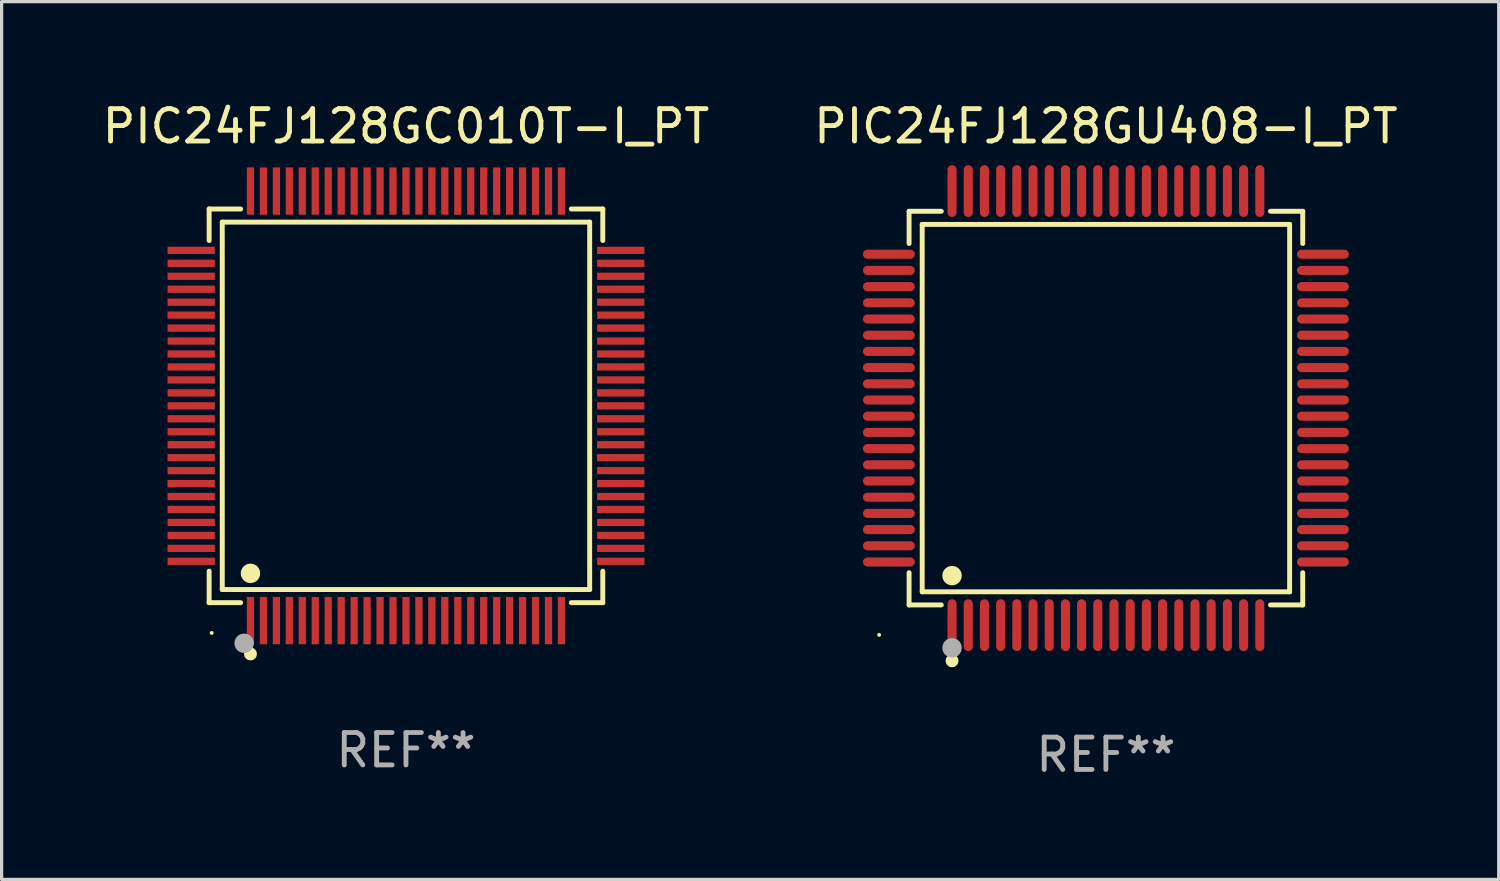
<source format=kicad_pcb>
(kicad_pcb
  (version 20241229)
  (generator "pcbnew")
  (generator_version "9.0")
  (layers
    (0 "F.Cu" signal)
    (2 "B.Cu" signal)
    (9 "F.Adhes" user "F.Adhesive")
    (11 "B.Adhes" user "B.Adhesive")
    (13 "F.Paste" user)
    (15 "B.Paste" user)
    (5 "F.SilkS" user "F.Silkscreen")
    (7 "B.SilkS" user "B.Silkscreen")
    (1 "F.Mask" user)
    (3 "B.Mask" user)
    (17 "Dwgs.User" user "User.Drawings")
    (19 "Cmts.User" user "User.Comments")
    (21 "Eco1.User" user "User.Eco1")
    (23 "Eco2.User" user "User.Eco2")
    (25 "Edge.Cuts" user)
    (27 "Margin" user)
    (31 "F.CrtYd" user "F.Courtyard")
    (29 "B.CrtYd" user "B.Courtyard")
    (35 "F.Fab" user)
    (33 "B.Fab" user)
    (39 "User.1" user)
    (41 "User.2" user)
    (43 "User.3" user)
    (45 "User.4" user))
  (footprint "PIC24FJ128GU408-I_PT"
    (layer "F.Cu")
    (at 31.089 9.548)
    (property "Reference" "PIC24FJ128GU408-I_PT" (at 0 -8.7 0) (layer "F.SilkS") (effects (font (size 1 1) (thickness 0.15))))
    (attr through_hole)
    (fp_line (start -6.076 -6.076) (end -5.081 -6.076) (stroke (width 0.152) (type solid)) (layer "F.SilkS"))
    (fp_line (start -6.076 -5.081) (end -6.076 -6.076) (stroke (width 0.152) (type solid)) (layer "F.SilkS"))
    (fp_line (start -6.076 5.081) (end -6.076 6.076) (stroke (width 0.152) (type solid)) (layer "F.SilkS"))
    (fp_line (start -6.076 6.076) (end -5.081 6.076) (stroke (width 0.152) (type solid)) (layer "F.SilkS"))
    (fp_line (start -5.671 -5.671) (end 5.671 -5.671) (stroke (width 0.152) (type solid)) (layer "F.SilkS"))
    (fp_line (start -5.671 5.671) (end -5.671 -5.671) (stroke (width 0.152) (type solid)) (layer "F.SilkS"))
    (fp_line (start 5.671 -5.671) (end 5.671 5.671) (stroke (width 0.152) (type solid)) (layer "F.SilkS"))
    (fp_line (start 5.671 5.671) (end -5.671 5.671) (stroke (width 0.152) (type solid)) (layer "F.SilkS"))
    (fp_line (start 6.076 -6.076) (end 5.081 -6.076) (stroke (width 0.152) (type solid)) (layer "F.SilkS"))
    (fp_line (start 6.076 -5.081) (end 6.076 -6.076) (stroke (width 0.152) (type solid)) (layer "F.SilkS"))
    (fp_line (start 6.076 5.081) (end 6.076 6.076) (stroke (width 0.152) (type solid)) (layer "F.SilkS"))
    (fp_line (start 6.076 6.076) (end 5.081 6.076) (stroke (width 0.152) (type solid)) (layer "F.SilkS"))
    (fp_circle (center -7 7) (end -6.97 7) (stroke (width 0.06) (type solid)) (fill no) (layer "F.SilkS"))
    (fp_circle (center -4.75 5.171) (end -4.6 5.171) (stroke (width 0.3) (type solid)) (fill no) (layer "F.SilkS"))
    (fp_circle (center -4.75 7.8) (end -4.65 7.8) (stroke (width 0.2) (type solid)) (fill no) (layer "F.SilkS"))
    (fp_circle (center -4.75 7.4) (end -4.6 7.4) (stroke (width 0.3) (type solid)) (fill no) (layer "F.Fab"))
    (fp_text user "REF**" (at 0 10.7 0) (layer "F.Fab") (effects (font (size 1 1) (thickness 0.15))))
    (pad "1" smd oval (at -4.75 6.7) (size 0.28 1.6) (layers "F.Cu" "F.Mask" "F.Paste"))
    (pad "2" smd oval (at -4.25 6.7) (size 0.28 1.6) (layers "F.Cu" "F.Mask" "F.Paste"))
    (pad "3" smd oval (at -3.75 6.7) (size 0.28 1.6) (layers "F.Cu" "F.Mask" "F.Paste"))
    (pad "4" smd oval (at -3.25 6.7) (size 0.28 1.6) (layers "F.Cu" "F.Mask" "F.Paste"))
    (pad "5" smd oval (at -2.75 6.7) (size 0.28 1.6) (layers "F.Cu" "F.Mask" "F.Paste"))
    (pad "6" smd oval (at -2.25 6.7) (size 0.28 1.6) (layers "F.Cu" "F.Mask" "F.Paste"))
    (pad "7" smd oval (at -1.75 6.7) (size 0.28 1.6) (layers "F.Cu" "F.Mask" "F.Paste"))
    (pad "8" smd oval (at -1.25 6.7) (size 0.28 1.6) (layers "F.Cu" "F.Mask" "F.Paste"))
    (pad "9" smd oval (at -0.75 6.7) (size 0.28 1.6) (layers "F.Cu" "F.Mask" "F.Paste"))
    (pad "10" smd oval (at -0.25 6.7) (size 0.28 1.6) (layers "F.Cu" "F.Mask" "F.Paste"))
    (pad "11" smd oval (at 0.25 6.7) (size 0.28 1.6) (layers "F.Cu" "F.Mask" "F.Paste"))
    (pad "12" smd oval (at 0.75 6.7) (size 0.28 1.6) (layers "F.Cu" "F.Mask" "F.Paste"))
    (pad "13" smd oval (at 1.25 6.7) (size 0.28 1.6) (layers "F.Cu" "F.Mask" "F.Paste"))
    (pad "14" smd oval (at 1.75 6.7) (size 0.28 1.6) (layers "F.Cu" "F.Mask" "F.Paste"))
    (pad "15" smd oval (at 2.25 6.7) (size 0.28 1.6) (layers "F.Cu" "F.Mask" "F.Paste"))
    (pad "16" smd oval (at 2.75 6.7) (size 0.28 1.6) (layers "F.Cu" "F.Mask" "F.Paste"))
    (pad "17" smd oval (at 3.25 6.7) (size 0.28 1.6) (layers "F.Cu" "F.Mask" "F.Paste"))
    (pad "18" smd oval (at 3.75 6.7) (size 0.28 1.6) (layers "F.Cu" "F.Mask" "F.Paste"))
    (pad "19" smd oval (at 4.25 6.7) (size 0.28 1.6) (layers "F.Cu" "F.Mask" "F.Paste"))
    (pad "20" smd oval (at 4.75 6.7) (size 0.28 1.6) (layers "F.Cu" "F.Mask" "F.Paste"))
    (pad "21" smd oval (at 6.7 4.75) (size 1.6 0.28) (layers "F.Cu" "F.Mask" "F.Paste"))
    (pad "22" smd oval (at 6.7 4.25) (size 1.6 0.28) (layers "F.Cu" "F.Mask" "F.Paste"))
    (pad "23" smd oval (at 6.7 3.75) (size 1.6 0.28) (layers "F.Cu" "F.Mask" "F.Paste"))
    (pad "24" smd oval (at 6.7 3.25) (size 1.6 0.28) (layers "F.Cu" "F.Mask" "F.Paste"))
    (pad "25" smd oval (at 6.7 2.75) (size 1.6 0.28) (layers "F.Cu" "F.Mask" "F.Paste"))
    (pad "26" smd oval (at 6.7 2.25) (size 1.6 0.28) (layers "F.Cu" "F.Mask" "F.Paste"))
    (pad "27" smd oval (at 6.7 1.75) (size 1.6 0.28) (layers "F.Cu" "F.Mask" "F.Paste"))
    (pad "28" smd oval (at 6.7 1.25) (size 1.6 0.28) (layers "F.Cu" "F.Mask" "F.Paste"))
    (pad "29" smd oval (at 6.7 0.75) (size 1.6 0.28) (layers "F.Cu" "F.Mask" "F.Paste"))
    (pad "30" smd oval (at 6.7 0.25) (size 1.6 0.28) (layers "F.Cu" "F.Mask" "F.Paste"))
    (pad "31" smd oval (at 6.7 -0.25) (size 1.6 0.28) (layers "F.Cu" "F.Mask" "F.Paste"))
    (pad "32" smd oval (at 6.7 -0.75) (size 1.6 0.28) (layers "F.Cu" "F.Mask" "F.Paste"))
    (pad "33" smd oval (at 6.7 -1.25) (size 1.6 0.28) (layers "F.Cu" "F.Mask" "F.Paste"))
    (pad "34" smd oval (at 6.7 -1.75) (size 1.6 0.28) (layers "F.Cu" "F.Mask" "F.Paste"))
    (pad "35" smd oval (at 6.7 -2.25) (size 1.6 0.28) (layers "F.Cu" "F.Mask" "F.Paste"))
    (pad "36" smd oval (at 6.7 -2.75) (size 1.6 0.28) (layers "F.Cu" "F.Mask" "F.Paste"))
    (pad "37" smd oval (at 6.7 -3.25) (size 1.6 0.28) (layers "F.Cu" "F.Mask" "F.Paste"))
    (pad "38" smd oval (at 6.7 -3.75) (size 1.6 0.28) (layers "F.Cu" "F.Mask" "F.Paste"))
    (pad "39" smd oval (at 6.7 -4.25) (size 1.6 0.28) (layers "F.Cu" "F.Mask" "F.Paste"))
    (pad "40" smd oval (at 6.7 -4.75) (size 1.6 0.28) (layers "F.Cu" "F.Mask" "F.Paste"))
    (pad "41" smd oval (at 4.75 -6.7) (size 0.28 1.6) (layers "F.Cu" "F.Mask" "F.Paste"))
    (pad "42" smd oval (at 4.25 -6.7) (size 0.28 1.6) (layers "F.Cu" "F.Mask" "F.Paste"))
    (pad "43" smd oval (at 3.75 -6.7) (size 0.28 1.6) (layers "F.Cu" "F.Mask" "F.Paste"))
    (pad "44" smd oval (at 3.25 -6.7) (size 0.28 1.6) (layers "F.Cu" "F.Mask" "F.Paste"))
    (pad "45" smd oval (at 2.75 -6.7) (size 0.28 1.6) (layers "F.Cu" "F.Mask" "F.Paste"))
    (pad "46" smd oval (at 2.25 -6.7) (size 0.28 1.6) (layers "F.Cu" "F.Mask" "F.Paste"))
    (pad "47" smd oval (at 1.75 -6.7) (size 0.28 1.6) (layers "F.Cu" "F.Mask" "F.Paste"))
    (pad "48" smd oval (at 1.25 -6.7) (size 0.28 1.6) (layers "F.Cu" "F.Mask" "F.Paste"))
    (pad "49" smd oval (at 0.75 -6.7) (size 0.28 1.6) (layers "F.Cu" "F.Mask" "F.Paste"))
    (pad "50" smd oval (at 0.25 -6.7) (size 0.28 1.6) (layers "F.Cu" "F.Mask" "F.Paste"))
    (pad "51" smd oval (at -0.25 -6.7) (size 0.28 1.6) (layers "F.Cu" "F.Mask" "F.Paste"))
    (pad "52" smd oval (at -0.75 -6.7) (size 0.28 1.6) (layers "F.Cu" "F.Mask" "F.Paste"))
    (pad "53" smd oval (at -1.25 -6.7) (size 0.28 1.6) (layers "F.Cu" "F.Mask" "F.Paste"))
    (pad "54" smd oval (at -1.75 -6.7) (size 0.28 1.6) (layers "F.Cu" "F.Mask" "F.Paste"))
    (pad "55" smd oval (at -2.25 -6.7) (size 0.28 1.6) (layers "F.Cu" "F.Mask" "F.Paste"))
    (pad "56" smd oval (at -2.75 -6.7) (size 0.28 1.6) (layers "F.Cu" "F.Mask" "F.Paste"))
    (pad "57" smd oval (at -3.25 -6.7) (size 0.28 1.6) (layers "F.Cu" "F.Mask" "F.Paste"))
    (pad "58" smd oval (at -3.75 -6.7) (size 0.28 1.6) (layers "F.Cu" "F.Mask" "F.Paste"))
    (pad "59" smd oval (at -4.25 -6.7) (size 0.28 1.6) (layers "F.Cu" "F.Mask" "F.Paste"))
    (pad "60" smd oval (at -4.75 -6.7) (size 0.28 1.6) (layers "F.Cu" "F.Mask" "F.Paste"))
    (pad "61" smd oval (at -6.7 -4.75) (size 1.6 0.28) (layers "F.Cu" "F.Mask" "F.Paste"))
    (pad "62" smd oval (at -6.7 -4.25) (size 1.6 0.28) (layers "F.Cu" "F.Mask" "F.Paste"))
    (pad "63" smd oval (at -6.7 -3.75) (size 1.6 0.28) (layers "F.Cu" "F.Mask" "F.Paste"))
    (pad "64" smd oval (at -6.7 -3.25) (size 1.6 0.28) (layers "F.Cu" "F.Mask" "F.Paste"))
    (pad "65" smd oval (at -6.7 -2.75) (size 1.6 0.28) (layers "F.Cu" "F.Mask" "F.Paste"))
    (pad "66" smd oval (at -6.7 -2.25) (size 1.6 0.28) (layers "F.Cu" "F.Mask" "F.Paste"))
    (pad "67" smd oval (at -6.7 -1.75) (size 1.6 0.28) (layers "F.Cu" "F.Mask" "F.Paste"))
    (pad "68" smd oval (at -6.7 -1.25) (size 1.6 0.28) (layers "F.Cu" "F.Mask" "F.Paste"))
    (pad "69" smd oval (at -6.7 -0.75) (size 1.6 0.28) (layers "F.Cu" "F.Mask" "F.Paste"))
    (pad "70" smd oval (at -6.7 -0.25) (size 1.6 0.28) (layers "F.Cu" "F.Mask" "F.Paste"))
    (pad "71" smd oval (at -6.7 0.25) (size 1.6 0.28) (layers "F.Cu" "F.Mask" "F.Paste"))
    (pad "72" smd oval (at -6.7 0.75) (size 1.6 0.28) (layers "F.Cu" "F.Mask" "F.Paste"))
    (pad "73" smd oval (at -6.7 1.25) (size 1.6 0.28) (layers "F.Cu" "F.Mask" "F.Paste"))
    (pad "74" smd oval (at -6.7 1.75) (size 1.6 0.28) (layers "F.Cu" "F.Mask" "F.Paste"))
    (pad "75" smd oval (at -6.7 2.25) (size 1.6 0.28) (layers "F.Cu" "F.Mask" "F.Paste"))
    (pad "76" smd oval (at -6.7 2.75) (size 1.6 0.28) (layers "F.Cu" "F.Mask" "F.Paste"))
    (pad "77" smd oval (at -6.7 3.25) (size 1.6 0.28) (layers "F.Cu" "F.Mask" "F.Paste"))
    (pad "78" smd oval (at -6.7 3.75) (size 1.6 0.28) (layers "F.Cu" "F.Mask" "F.Paste"))
    (pad "79" smd oval (at -6.7 4.25) (size 1.6 0.28) (layers "F.Cu" "F.Mask" "F.Paste"))
    (pad "80" smd oval (at -6.7 4.75) (size 1.6 0.28) (layers "F.Cu" "F.Mask" "F.Paste")))
  (footprint "PIC24FJ128GC010T-I_PT"
    (layer "F.Cu")
    (at 9.482 9.478)
    (property "Reference" "PIC24FJ128GC010T-I_PT" (at 0 -8.63 0) (layer "F.SilkS") (effects (font (size 1 1) (thickness 0.15))))
    (attr through_hole)
    (fp_line (start -6.076 -6.076) (end -5.103 -6.076) (stroke (width 0.152) (type solid)) (layer "F.SilkS"))
    (fp_line (start -6.076 -5.103) (end -6.076 -6.076) (stroke (width 0.152) (type solid)) (layer "F.SilkS"))
    (fp_line (start -6.076 5.103) (end -6.076 6.076) (stroke (width 0.152) (type solid)) (layer "F.SilkS"))
    (fp_line (start -6.076 6.076) (end -5.103 6.076) (stroke (width 0.152) (type solid)) (layer "F.SilkS"))
    (fp_line (start -5.671 -5.671) (end 5.671 -5.671) (stroke (width 0.152) (type solid)) (layer "F.SilkS"))
    (fp_line (start -5.671 5.671) (end -5.671 -5.671) (stroke (width 0.152) (type solid)) (layer "F.SilkS"))
    (fp_line (start 5.671 -5.671) (end 5.671 5.671) (stroke (width 0.152) (type solid)) (layer "F.SilkS"))
    (fp_line (start 5.671 5.671) (end -5.671 5.671) (stroke (width 0.152) (type solid)) (layer "F.SilkS"))
    (fp_line (start 6.076 -6.076) (end 5.103 -6.076) (stroke (width 0.152) (type solid)) (layer "F.SilkS"))
    (fp_line (start 6.076 -5.103) (end 6.076 -6.076) (stroke (width 0.152) (type solid)) (layer "F.SilkS"))
    (fp_line (start 6.076 5.103) (end 6.076 6.076) (stroke (width 0.152) (type solid)) (layer "F.SilkS"))
    (fp_line (start 6.076 6.076) (end 5.103 6.076) (stroke (width 0.152) (type solid)) (layer "F.SilkS"))
    (fp_circle (center -5.997 7.01) (end -5.967 7.01) (stroke (width 0.06) (type solid)) (fill no) (layer "F.SilkS"))
    (fp_circle (center -4.8 5.171) (end -4.65 5.171) (stroke (width 0.3) (type solid)) (fill no) (layer "F.SilkS"))
    (fp_circle (center -4.8 7.66) (end -4.7 7.66) (stroke (width 0.2) (type solid)) (fill no) (layer "F.SilkS"))
    (fp_circle (center -4.996 7.329) (end -4.846 7.329) (stroke (width 0.3) (type solid)) (fill no) (layer "F.Fab"))
    (fp_text user "REF**" (at 0 10.63 0) (layer "F.Fab") (effects (font (size 1 1) (thickness 0.15))))
    (pad "1" smd rect (at -4.8 6.63) (size 0.224 1.46) (layers "F.Cu" "F.Mask" "F.Paste"))
    (pad "2" smd rect (at -4.4 6.63) (size 0.224 1.46) (layers "F.Cu" "F.Mask" "F.Paste"))
    (pad "3" smd rect (at -4 6.63) (size 0.224 1.46) (layers "F.Cu" "F.Mask" "F.Paste"))
    (pad "4" smd rect (at -3.6 6.63) (size 0.224 1.46) (layers "F.Cu" "F.Mask" "F.Paste"))
    (pad "5" smd rect (at -3.2 6.63) (size 0.224 1.46) (layers "F.Cu" "F.Mask" "F.Paste"))
    (pad "6" smd rect (at -2.8 6.63) (size 0.224 1.46) (layers "F.Cu" "F.Mask" "F.Paste"))
    (pad "7" smd rect (at -2.4 6.63) (size 0.224 1.46) (layers "F.Cu" "F.Mask" "F.Paste"))
    (pad "8" smd rect (at -2 6.63) (size 0.224 1.46) (layers "F.Cu" "F.Mask" "F.Paste"))
    (pad "9" smd rect (at -1.6 6.63) (size 0.224 1.46) (layers "F.Cu" "F.Mask" "F.Paste"))
    (pad "10" smd rect (at -1.2 6.63) (size 0.224 1.46) (layers "F.Cu" "F.Mask" "F.Paste"))
    (pad "11" smd rect (at -0.8 6.63) (size 0.224 1.46) (layers "F.Cu" "F.Mask" "F.Paste"))
    (pad "12" smd rect (at -0.4 6.63) (size 0.224 1.46) (layers "F.Cu" "F.Mask" "F.Paste"))
    (pad "13" smd rect (at 0 6.63) (size 0.224 1.46) (layers "F.Cu" "F.Mask" "F.Paste"))
    (pad "14" smd rect (at 0.4 6.63) (size 0.224 1.46) (layers "F.Cu" "F.Mask" "F.Paste"))
    (pad "15" smd rect (at 0.8 6.63) (size 0.224 1.46) (layers "F.Cu" "F.Mask" "F.Paste"))
    (pad "16" smd rect (at 1.2 6.63) (size 0.224 1.46) (layers "F.Cu" "F.Mask" "F.Paste"))
    (pad "17" smd rect (at 1.6 6.63) (size 0.224 1.46) (layers "F.Cu" "F.Mask" "F.Paste"))
    (pad "18" smd rect (at 2 6.63) (size 0.224 1.46) (layers "F.Cu" "F.Mask" "F.Paste"))
    (pad "19" smd rect (at 2.4 6.63) (size 0.224 1.46) (layers "F.Cu" "F.Mask" "F.Paste"))
    (pad "20" smd rect (at 2.8 6.63) (size 0.224 1.46) (layers "F.Cu" "F.Mask" "F.Paste"))
    (pad "21" smd rect (at 3.2 6.63) (size 0.224 1.46) (layers "F.Cu" "F.Mask" "F.Paste"))
    (pad "22" smd rect (at 3.6 6.63) (size 0.224 1.46) (layers "F.Cu" "F.Mask" "F.Paste"))
    (pad "23" smd rect (at 4 6.63) (size 0.224 1.46) (layers "F.Cu" "F.Mask" "F.Paste"))
    (pad "24" smd rect (at 4.4 6.63) (size 0.224 1.46) (layers "F.Cu" "F.Mask" "F.Paste"))
    (pad "25" smd rect (at 4.8 6.63) (size 0.224 1.46) (layers "F.Cu" "F.Mask" "F.Paste"))
    (pad "26" smd rect (at 6.63 4.8) (size 1.46 0.224) (layers "F.Cu" "F.Mask" "F.Paste"))
    (pad "27" smd rect (at 6.63 4.4) (size 1.46 0.224) (layers "F.Cu" "F.Mask" "F.Paste"))
    (pad "28" smd rect (at 6.63 4) (size 1.46 0.224) (layers "F.Cu" "F.Mask" "F.Paste"))
    (pad "29" smd rect (at 6.63 3.6) (size 1.46 0.224) (layers "F.Cu" "F.Mask" "F.Paste"))
    (pad "30" smd rect (at 6.63 3.2) (size 1.46 0.224) (layers "F.Cu" "F.Mask" "F.Paste"))
    (pad "31" smd rect (at 6.63 2.8) (size 1.46 0.224) (layers "F.Cu" "F.Mask" "F.Paste"))
    (pad "32" smd rect (at 6.63 2.4) (size 1.46 0.224) (layers "F.Cu" "F.Mask" "F.Paste"))
    (pad "33" smd rect (at 6.63 2) (size 1.46 0.224) (layers "F.Cu" "F.Mask" "F.Paste"))
    (pad "34" smd rect (at 6.63 1.6) (size 1.46 0.224) (layers "F.Cu" "F.Mask" "F.Paste"))
    (pad "35" smd rect (at 6.63 1.2) (size 1.46 0.224) (layers "F.Cu" "F.Mask" "F.Paste"))
    (pad "36" smd rect (at 6.63 0.8) (size 1.46 0.224) (layers "F.Cu" "F.Mask" "F.Paste"))
    (pad "37" smd rect (at 6.63 0.4) (size 1.46 0.224) (layers "F.Cu" "F.Mask" "F.Paste"))
    (pad "38" smd rect (at 6.63 0) (size 1.46 0.224) (layers "F.Cu" "F.Mask" "F.Paste"))
    (pad "39" smd rect (at 6.63 -0.4) (size 1.46 0.224) (layers "F.Cu" "F.Mask" "F.Paste"))
    (pad "40" smd rect (at 6.63 -0.8) (size 1.46 0.224) (layers "F.Cu" "F.Mask" "F.Paste"))
    (pad "41" smd rect (at 6.63 -1.2) (size 1.46 0.224) (layers "F.Cu" "F.Mask" "F.Paste"))
    (pad "42" smd rect (at 6.63 -1.6) (size 1.46 0.224) (layers "F.Cu" "F.Mask" "F.Paste"))
    (pad "43" smd rect (at 6.63 -2) (size 1.46 0.224) (layers "F.Cu" "F.Mask" "F.Paste"))
    (pad "44" smd rect (at 6.63 -2.4) (size 1.46 0.224) (layers "F.Cu" "F.Mask" "F.Paste"))
    (pad "45" smd rect (at 6.63 -2.8) (size 1.46 0.224) (layers "F.Cu" "F.Mask" "F.Paste"))
    (pad "46" smd rect (at 6.63 -3.2) (size 1.46 0.224) (layers "F.Cu" "F.Mask" "F.Paste"))
    (pad "47" smd rect (at 6.63 -3.6) (size 1.46 0.224) (layers "F.Cu" "F.Mask" "F.Paste"))
    (pad "48" smd rect (at 6.63 -4) (size 1.46 0.224) (layers "F.Cu" "F.Mask" "F.Paste"))
    (pad "49" smd rect (at 6.63 -4.4) (size 1.46 0.224) (layers "F.Cu" "F.Mask" "F.Paste"))
    (pad "50" smd rect (at 6.63 -4.8) (size 1.46 0.224) (layers "F.Cu" "F.Mask" "F.Paste"))
    (pad "51" smd rect (at 4.8 -6.63) (size 0.224 1.46) (layers "F.Cu" "F.Mask" "F.Paste"))
    (pad "52" smd rect (at 4.4 -6.63) (size 0.224 1.46) (layers "F.Cu" "F.Mask" "F.Paste"))
    (pad "53" smd rect (at 4 -6.63) (size 0.224 1.46) (layers "F.Cu" "F.Mask" "F.Paste"))
    (pad "54" smd rect (at 3.6 -6.63) (size 0.224 1.46) (layers "F.Cu" "F.Mask" "F.Paste"))
    (pad "55" smd rect (at 3.2 -6.63) (size 0.224 1.46) (layers "F.Cu" "F.Mask" "F.Paste"))
    (pad "56" smd rect (at 2.8 -6.63) (size 0.224 1.46) (layers "F.Cu" "F.Mask" "F.Paste"))
    (pad "57" smd rect (at 2.4 -6.63) (size 0.224 1.46) (layers "F.Cu" "F.Mask" "F.Paste"))
    (pad "58" smd rect (at 2 -6.63) (size 0.224 1.46) (layers "F.Cu" "F.Mask" "F.Paste"))
    (pad "59" smd rect (at 1.6 -6.63) (size 0.224 1.46) (layers "F.Cu" "F.Mask" "F.Paste"))
    (pad "60" smd rect (at 1.2 -6.63) (size 0.224 1.46) (layers "F.Cu" "F.Mask" "F.Paste"))
    (pad "61" smd rect (at 0.8 -6.63) (size 0.224 1.46) (layers "F.Cu" "F.Mask" "F.Paste"))
    (pad "62" smd rect (at 0.4 -6.63) (size 0.224 1.46) (layers "F.Cu" "F.Mask" "F.Paste"))
    (pad "63" smd rect (at 0 -6.63) (size 0.224 1.46) (layers "F.Cu" "F.Mask" "F.Paste"))
    (pad "64" smd rect (at -0.4 -6.63) (size 0.224 1.46) (layers "F.Cu" "F.Mask" "F.Paste"))
    (pad "65" smd rect (at -0.8 -6.63) (size 0.224 1.46) (layers "F.Cu" "F.Mask" "F.Paste"))
    (pad "66" smd rect (at -1.2 -6.63) (size 0.224 1.46) (layers "F.Cu" "F.Mask" "F.Paste"))
    (pad "67" smd rect (at -1.6 -6.63) (size 0.224 1.46) (layers "F.Cu" "F.Mask" "F.Paste"))
    (pad "68" smd rect (at -2 -6.63) (size 0.224 1.46) (layers "F.Cu" "F.Mask" "F.Paste"))
    (pad "69" smd rect (at -2.4 -6.63) (size 0.224 1.46) (layers "F.Cu" "F.Mask" "F.Paste"))
    (pad "70" smd rect (at -2.8 -6.63) (size 0.224 1.46) (layers "F.Cu" "F.Mask" "F.Paste"))
    (pad "71" smd rect (at -3.2 -6.63) (size 0.224 1.46) (layers "F.Cu" "F.Mask" "F.Paste"))
    (pad "72" smd rect (at -3.6 -6.63) (size 0.224 1.46) (layers "F.Cu" "F.Mask" "F.Paste"))
    (pad "73" smd rect (at -4 -6.63) (size 0.224 1.46) (layers "F.Cu" "F.Mask" "F.Paste"))
    (pad "74" smd rect (at -4.4 -6.63) (size 0.224 1.46) (layers "F.Cu" "F.Mask" "F.Paste"))
    (pad "75" smd rect (at -4.8 -6.63) (size 0.224 1.46) (layers "F.Cu" "F.Mask" "F.Paste"))
    (pad "76" smd rect (at -6.63 -4.8) (size 1.46 0.224) (layers "F.Cu" "F.Mask" "F.Paste"))
    (pad "77" smd rect (at -6.63 -4.4) (size 1.46 0.224) (layers "F.Cu" "F.Mask" "F.Paste"))
    (pad "78" smd rect (at -6.63 -4) (size 1.46 0.224) (layers "F.Cu" "F.Mask" "F.Paste"))
    (pad "79" smd rect (at -6.63 -3.6) (size 1.46 0.224) (layers "F.Cu" "F.Mask" "F.Paste"))
    (pad "80" smd rect (at -6.63 -3.2) (size 1.46 0.224) (layers "F.Cu" "F.Mask" "F.Paste"))
    (pad "81" smd rect (at -6.63 -2.8) (size 1.46 0.224) (layers "F.Cu" "F.Mask" "F.Paste"))
    (pad "82" smd rect (at -6.63 -2.4) (size 1.46 0.224) (layers "F.Cu" "F.Mask" "F.Paste"))
    (pad "83" smd rect (at -6.63 -2) (size 1.46 0.224) (layers "F.Cu" "F.Mask" "F.Paste"))
    (pad "84" smd rect (at -6.63 -1.6) (size 1.46 0.224) (layers "F.Cu" "F.Mask" "F.Paste"))
    (pad "85" smd rect (at -6.63 -1.2) (size 1.46 0.224) (layers "F.Cu" "F.Mask" "F.Paste"))
    (pad "86" smd rect (at -6.63 -0.8) (size 1.46 0.224) (layers "F.Cu" "F.Mask" "F.Paste"))
    (pad "87" smd rect (at -6.63 -0.4) (size 1.46 0.224) (layers "F.Cu" "F.Mask" "F.Paste"))
    (pad "88" smd rect (at -6.63 0) (size 1.46 0.224) (layers "F.Cu" "F.Mask" "F.Paste"))
    (pad "89" smd rect (at -6.63 0.4) (size 1.46 0.224) (layers "F.Cu" "F.Mask" "F.Paste"))
    (pad "90" smd rect (at -6.63 0.8) (size 1.46 0.224) (layers "F.Cu" "F.Mask" "F.Paste"))
    (pad "91" smd rect (at -6.63 1.2) (size 1.46 0.224) (layers "F.Cu" "F.Mask" "F.Paste"))
    (pad "92" smd rect (at -6.63 1.6) (size 1.46 0.224) (layers "F.Cu" "F.Mask" "F.Paste"))
    (pad "93" smd rect (at -6.63 2) (size 1.46 0.224) (layers "F.Cu" "F.Mask" "F.Paste"))
    (pad "94" smd rect (at -6.63 2.4) (size 1.46 0.224) (layers "F.Cu" "F.Mask" "F.Paste"))
    (pad "95" smd rect (at -6.63 2.8) (size 1.46 0.224) (layers "F.Cu" "F.Mask" "F.Paste"))
    (pad "96" smd rect (at -6.63 3.2) (size 1.46 0.224) (layers "F.Cu" "F.Mask" "F.Paste"))
    (pad "97" smd rect (at -6.63 3.6) (size 1.46 0.224) (layers "F.Cu" "F.Mask" "F.Paste"))
    (pad "98" smd rect (at -6.63 4) (size 1.46 0.224) (layers "F.Cu" "F.Mask" "F.Paste"))
    (pad "99" smd rect (at -6.63 4.4) (size 1.46 0.224) (layers "F.Cu" "F.Mask" "F.Paste"))
    (pad "100" smd rect (at -6.63 4.8) (size 1.46 0.224) (layers "F.Cu" "F.Mask" "F.Paste")))
  (gr_rect
    (start -3 -3)
    (end 43.214 24.097)
    (stroke (width 0.1) (type default))
    (fill no)
    (layer "Edge.Cuts")))
</source>
